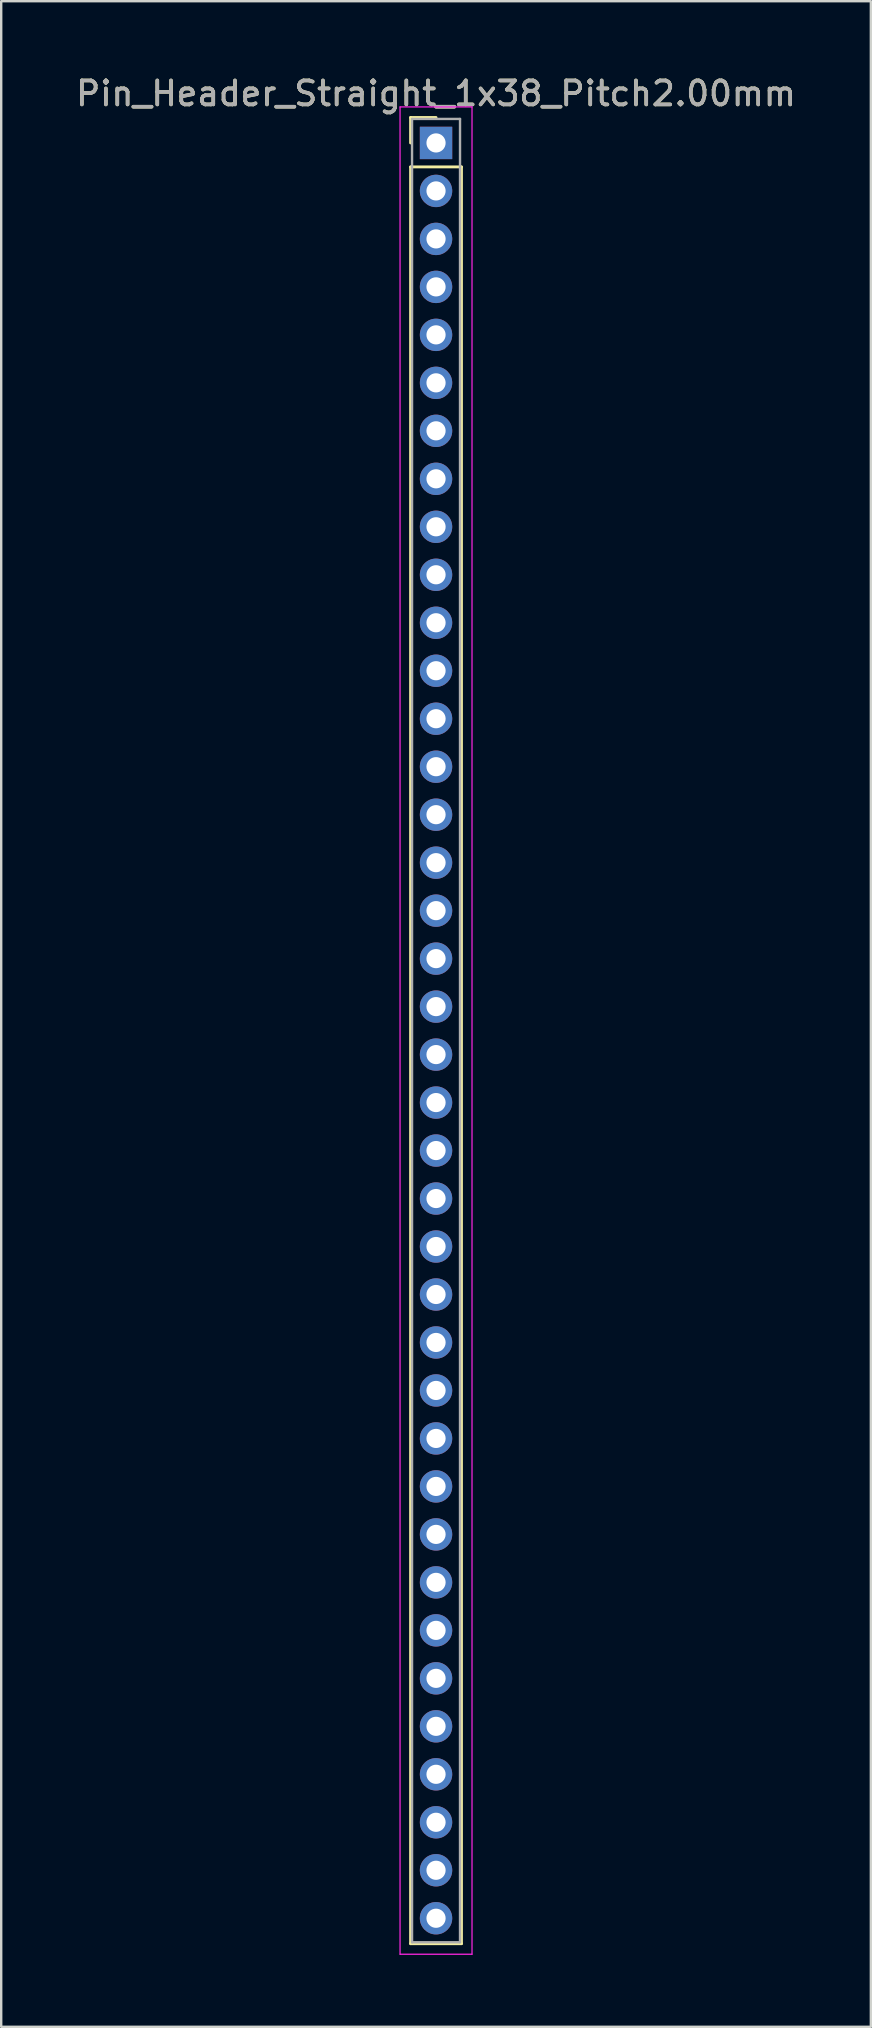
<source format=kicad_pcb>
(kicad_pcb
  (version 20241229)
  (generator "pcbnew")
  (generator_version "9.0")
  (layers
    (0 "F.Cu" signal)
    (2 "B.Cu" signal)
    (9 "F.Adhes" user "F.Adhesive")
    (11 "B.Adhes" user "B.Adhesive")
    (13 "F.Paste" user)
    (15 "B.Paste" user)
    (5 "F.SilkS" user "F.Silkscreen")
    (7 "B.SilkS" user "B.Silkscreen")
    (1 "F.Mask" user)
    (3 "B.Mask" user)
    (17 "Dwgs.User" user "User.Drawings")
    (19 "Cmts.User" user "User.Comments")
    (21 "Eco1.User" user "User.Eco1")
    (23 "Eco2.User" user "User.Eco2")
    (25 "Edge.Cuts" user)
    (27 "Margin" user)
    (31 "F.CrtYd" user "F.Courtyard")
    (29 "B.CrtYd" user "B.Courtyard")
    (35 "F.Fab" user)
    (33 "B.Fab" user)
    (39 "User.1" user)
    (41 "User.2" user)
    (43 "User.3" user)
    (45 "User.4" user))
  (footprint "Pin_Header_Straight_1x38_Pitch2.00mm"
    (layer "F.Cu")
    (at 15.125 2.908)
    (property "Reference" "Pin_Header_Straight_1x38_Pitch2.00mm" (at 0 -2.06 0) (layer "F.SilkS") (effects (font (size 1 1) (thickness 0.15))))
    (attr through_hole)
    (fp_line (start -1.06 -1.06) (end 0 -1.06) (stroke (width 0.12) (type solid)) (layer "F.SilkS"))
    (fp_line (start -1.06 0) (end -1.06 -1.06) (stroke (width 0.12) (type solid)) (layer "F.SilkS"))
    (fp_line (start -1.06 1) (end -1.06 75.06) (stroke (width 0.12) (type solid)) (layer "F.SilkS"))
    (fp_line (start -1.06 75.06) (end 1.06 75.06) (stroke (width 0.12) (type solid)) (layer "F.SilkS"))
    (fp_line (start 1.06 1) (end -1.06 1) (stroke (width 0.12) (type solid)) (layer "F.SilkS"))
    (fp_line (start 1.06 75.06) (end 1.06 1) (stroke (width 0.12) (type solid)) (layer "F.SilkS"))
    (fp_line (start -1.5 -1.5) (end -1.5 75.5) (stroke (width 0.05) (type solid)) (layer "F.CrtYd"))
    (fp_line (start -1.5 75.5) (end 1.5 75.5) (stroke (width 0.05) (type solid)) (layer "F.CrtYd"))
    (fp_line (start 1.5 -1.5) (end -1.5 -1.5) (stroke (width 0.05) (type solid)) (layer "F.CrtYd"))
    (fp_line (start 1.5 75.5) (end 1.5 -1.5) (stroke (width 0.05) (type solid)) (layer "F.CrtYd"))
    (fp_line (start -1 -1) (end -1 75) (stroke (width 0.1) (type solid)) (layer "F.Fab"))
    (fp_line (start -1 75) (end 1 75) (stroke (width 0.1) (type solid)) (layer "F.Fab"))
    (fp_line (start 1 -1) (end -1 -1) (stroke (width 0.1) (type solid)) (layer "F.Fab"))
    (fp_line (start 1 75) (end 1 -1) (stroke (width 0.1) (type solid)) (layer "F.Fab"))
    (fp_text user "${REFERENCE}" (at 0 -2.06 0) (layer "F.Fab") (effects (font (size 1 1) (thickness 0.15))))
    (pad "1" thru_hole rect (at 0 0) (size 1.35 1.35) (drill 0.8) (layers "*.Cu" "*.Mask"))
    (pad "2" thru_hole oval (at 0 2) (size 1.35 1.35) (drill 0.8) (layers "*.Cu" "*.Mask"))
    (pad "3" thru_hole oval (at 0 4) (size 1.35 1.35) (drill 0.8) (layers "*.Cu" "*.Mask"))
    (pad "4" thru_hole oval (at 0 6) (size 1.35 1.35) (drill 0.8) (layers "*.Cu" "*.Mask"))
    (pad "5" thru_hole oval (at 0 8) (size 1.35 1.35) (drill 0.8) (layers "*.Cu" "*.Mask"))
    (pad "6" thru_hole oval (at 0 10) (size 1.35 1.35) (drill 0.8) (layers "*.Cu" "*.Mask"))
    (pad "7" thru_hole oval (at 0 12) (size 1.35 1.35) (drill 0.8) (layers "*.Cu" "*.Mask"))
    (pad "8" thru_hole oval (at 0 14) (size 1.35 1.35) (drill 0.8) (layers "*.Cu" "*.Mask"))
    (pad "9" thru_hole oval (at 0 16) (size 1.35 1.35) (drill 0.8) (layers "*.Cu" "*.Mask"))
    (pad "10" thru_hole oval (at 0 18) (size 1.35 1.35) (drill 0.8) (layers "*.Cu" "*.Mask"))
    (pad "11" thru_hole oval (at 0 20) (size 1.35 1.35) (drill 0.8) (layers "*.Cu" "*.Mask"))
    (pad "12" thru_hole oval (at 0 22) (size 1.35 1.35) (drill 0.8) (layers "*.Cu" "*.Mask"))
    (pad "13" thru_hole oval (at 0 24) (size 1.35 1.35) (drill 0.8) (layers "*.Cu" "*.Mask"))
    (pad "14" thru_hole oval (at 0 26) (size 1.35 1.35) (drill 0.8) (layers "*.Cu" "*.Mask"))
    (pad "15" thru_hole oval (at 0 28) (size 1.35 1.35) (drill 0.8) (layers "*.Cu" "*.Mask"))
    (pad "16" thru_hole oval (at 0 30) (size 1.35 1.35) (drill 0.8) (layers "*.Cu" "*.Mask"))
    (pad "17" thru_hole oval (at 0 32) (size 1.35 1.35) (drill 0.8) (layers "*.Cu" "*.Mask"))
    (pad "18" thru_hole oval (at 0 34) (size 1.35 1.35) (drill 0.8) (layers "*.Cu" "*.Mask"))
    (pad "19" thru_hole oval (at 0 36) (size 1.35 1.35) (drill 0.8) (layers "*.Cu" "*.Mask"))
    (pad "20" thru_hole oval (at 0 38) (size 1.35 1.35) (drill 0.8) (layers "*.Cu" "*.Mask"))
    (pad "21" thru_hole oval (at 0 40) (size 1.35 1.35) (drill 0.8) (layers "*.Cu" "*.Mask"))
    (pad "22" thru_hole oval (at 0 42) (size 1.35 1.35) (drill 0.8) (layers "*.Cu" "*.Mask"))
    (pad "23" thru_hole oval (at 0 44) (size 1.35 1.35) (drill 0.8) (layers "*.Cu" "*.Mask"))
    (pad "24" thru_hole oval (at 0 46) (size 1.35 1.35) (drill 0.8) (layers "*.Cu" "*.Mask"))
    (pad "25" thru_hole oval (at 0 48) (size 1.35 1.35) (drill 0.8) (layers "*.Cu" "*.Mask"))
    (pad "26" thru_hole oval (at 0 50) (size 1.35 1.35) (drill 0.8) (layers "*.Cu" "*.Mask"))
    (pad "27" thru_hole oval (at 0 52) (size 1.35 1.35) (drill 0.8) (layers "*.Cu" "*.Mask"))
    (pad "28" thru_hole oval (at 0 54) (size 1.35 1.35) (drill 0.8) (layers "*.Cu" "*.Mask"))
    (pad "29" thru_hole oval (at 0 56) (size 1.35 1.35) (drill 0.8) (layers "*.Cu" "*.Mask"))
    (pad "30" thru_hole oval (at 0 58) (size 1.35 1.35) (drill 0.8) (layers "*.Cu" "*.Mask"))
    (pad "31" thru_hole oval (at 0 60) (size 1.35 1.35) (drill 0.8) (layers "*.Cu" "*.Mask"))
    (pad "32" thru_hole oval (at 0 62) (size 1.35 1.35) (drill 0.8) (layers "*.Cu" "*.Mask"))
    (pad "33" thru_hole oval (at 0 64) (size 1.35 1.35) (drill 0.8) (layers "*.Cu" "*.Mask"))
    (pad "34" thru_hole oval (at 0 66) (size 1.35 1.35) (drill 0.8) (layers "*.Cu" "*.Mask"))
    (pad "35" thru_hole oval (at 0 68) (size 1.35 1.35) (drill 0.8) (layers "*.Cu" "*.Mask"))
    (pad "36" thru_hole oval (at 0 70) (size 1.35 1.35) (drill 0.8) (layers "*.Cu" "*.Mask"))
    (pad "37" thru_hole oval (at 0 72) (size 1.35 1.35) (drill 0.8) (layers "*.Cu" "*.Mask"))
    (pad "38" thru_hole oval (at 0 74) (size 1.35 1.35) (drill 0.8) (layers "*.Cu" "*.Mask")))
  (gr_rect
    (start -3 -3)
    (end 33.25 81.433)
    (stroke (width 0.1) (type default))
    (fill no)
    (layer "Edge.Cuts")))
</source>
